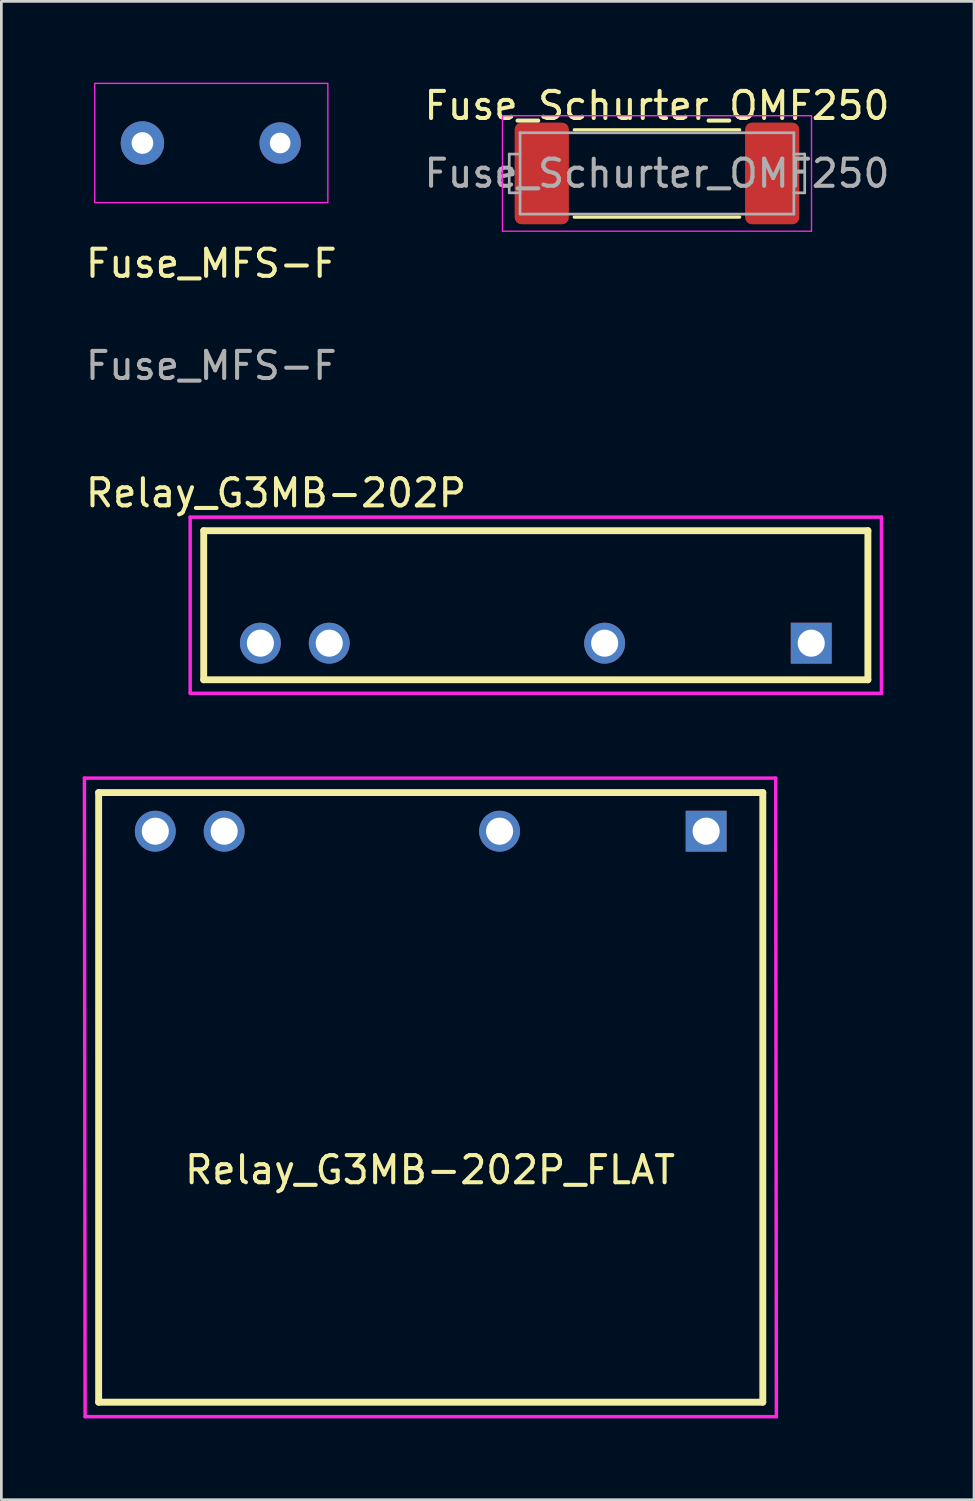
<source format=kicad_pcb>
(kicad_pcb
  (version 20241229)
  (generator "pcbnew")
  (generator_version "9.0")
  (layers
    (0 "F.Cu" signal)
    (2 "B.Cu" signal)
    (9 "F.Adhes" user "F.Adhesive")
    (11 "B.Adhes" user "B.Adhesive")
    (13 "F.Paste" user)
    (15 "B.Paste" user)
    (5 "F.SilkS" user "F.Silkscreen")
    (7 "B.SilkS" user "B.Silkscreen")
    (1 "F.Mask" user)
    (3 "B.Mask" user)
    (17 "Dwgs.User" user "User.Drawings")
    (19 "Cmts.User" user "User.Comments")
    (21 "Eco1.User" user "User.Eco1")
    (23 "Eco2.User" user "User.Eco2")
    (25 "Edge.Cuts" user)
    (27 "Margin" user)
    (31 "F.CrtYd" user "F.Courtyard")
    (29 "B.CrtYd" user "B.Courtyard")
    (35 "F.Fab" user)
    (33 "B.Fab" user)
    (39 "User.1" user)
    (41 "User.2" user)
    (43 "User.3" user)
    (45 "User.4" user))
  (footprint "Fuse_Schurter_OMF250"
    (layer "F.Cu")
    (at 21.185 3.348)
    (property "Reference" "Fuse_Schurter_OMF250" (at 0 -2.5 0) (layer "F.SilkS") (effects (font (size 1 1) (thickness 0.15))))
    (attr smd)
    (fp_line (start -3.05 -1.61) (end 3.05 -1.61) (stroke (width 0.12) (type solid)) (layer "F.SilkS"))
    (fp_line (start -3.05 1.61) (end 3.05 1.61) (stroke (width 0.12) (type solid)) (layer "F.SilkS"))
    (fp_line (start -5.7 -2.13) (end 5.7 -2.13) (stroke (width 0.05) (type solid)) (layer "F.CrtYd"))
    (fp_line (start -5.7 2.13) (end -5.7 -2.13) (stroke (width 0.05) (type solid)) (layer "F.CrtYd"))
    (fp_line (start 5.7 -2.13) (end 5.7 2.13) (stroke (width 0.05) (type solid)) (layer "F.CrtYd"))
    (fp_line (start 5.7 2.13) (end -5.7 2.13) (stroke (width 0.05) (type solid)) (layer "F.CrtYd"))
    (fp_line (start -5.45 0.715) (end -5.45 -0.715) (stroke (width 0.1) (type solid)) (layer "F.Fab"))
    (fp_line (start -5.05 -1.5) (end 5.05 -1.5) (stroke (width 0.1) (type solid)) (layer "F.Fab"))
    (fp_line (start -5.05 -0.715) (end -5.45 -0.715) (stroke (width 0.1) (type solid)) (layer "F.Fab"))
    (fp_line (start -5.05 0.715) (end -5.45 0.715) (stroke (width 0.1) (type solid)) (layer "F.Fab"))
    (fp_line (start -5.05 1.5) (end -5.05 -1.5) (stroke (width 0.1) (type solid)) (layer "F.Fab"))
    (fp_line (start 5.05 -1.5) (end 5.05 1.5) (stroke (width 0.1) (type solid)) (layer "F.Fab"))
    (fp_line (start 5.05 -0.715) (end 5.45 -0.715) (stroke (width 0.1) (type solid)) (layer "F.Fab"))
    (fp_line (start 5.05 0.715) (end 5.45 0.715) (stroke (width 0.1) (type solid)) (layer "F.Fab"))
    (fp_line (start 5.05 1.5) (end -5.05 1.5) (stroke (width 0.1) (type solid)) (layer "F.Fab"))
    (fp_line (start 5.45 -0.715) (end 5.45 0.715) (stroke (width 0.1) (type solid)) (layer "F.Fab"))
    (fp_text user "${REFERENCE}" (at 0 0 0) (layer "F.Fab") (effects (font (size 1 1) (thickness 0.15))))
    (pad "1" smd roundrect (at -4.25 0) (size 2 3.75) (layers "F.Cu" "F.Mask" "F.Paste") (roundrect_rratio 0.125))
    (pad "2" smd roundrect (at 4.25 0) (size 2 3.75) (layers "F.Cu" "F.Mask" "F.Paste") (roundrect_rratio 0.125)))
  (footprint "Relay_G3MB-202P_FLAT"
    (layer "F.Cu")
    (at 12.839 26.212)
    (property "Reference" "Relay_G3MB-202P_FLAT" (at -0.025 13.894 0) (layer "F.SilkS") (effects (font (size 1.001 1.001) (thickness 0.15))))
    (attr through_hole)
    (fp_line (start -12.25 -0.025) (end -12.25 22.463) (stroke (width 0.254) (type solid)) (layer "F.SilkS"))
    (fp_line (start -12.25 22.463) (end 12.25 22.463) (stroke (width 0.254) (type solid)) (layer "F.SilkS"))
    (fp_line (start 12.25 -0.025) (end -12.25 -0.025) (stroke (width 0.254) (type solid)) (layer "F.SilkS"))
    (fp_line (start 12.25 22.463) (end 12.25 -0.025) (stroke (width 0.254) (type solid)) (layer "F.SilkS"))
    (fp_line (start -12.775 -0.559) (end 12.725 -0.559) (stroke (width 0.127) (type solid)) (layer "F.CrtYd"))
    (fp_line (start -12.75 22.996) (end -12.775 -0.559) (stroke (width 0.127) (type solid)) (layer "F.CrtYd"))
    (fp_line (start 12.725 -0.559) (end 12.75 22.996) (stroke (width 0.127) (type solid)) (layer "F.CrtYd"))
    (fp_line (start 12.75 22.996) (end -12.75 22.996) (stroke (width 0.127) (type solid)) (layer "F.CrtYd"))
    (pad "1" thru_hole rect (at 10.16 1.4) (size 1.508 1.508) (drill 1) (layers "*.Cu" "*.Mask"))
    (pad "2" thru_hole circle (at 2.54 1.4) (size 1.508 1.508) (drill 1) (layers "*.Cu" "*.Mask"))
    (pad "3" thru_hole circle (at -7.62 1.4) (size 1.508 1.508) (drill 1) (layers "*.Cu" "*.Mask"))
    (pad "4" thru_hole circle (at -10.16 1.4) (size 1.508 1.508) (drill 1) (layers "*.Cu" "*.Mask")))
  (footprint "Relay_G3MB-202P"
    (layer "F.Cu")
    (at 16.715 19.276)
    (property "Reference" "Relay_G3MB-202P" (at -9.584 -4.139 0) (layer "F.SilkS") (effects (font (size 1.001 1.001) (thickness 0.15))))
    (attr through_hole)
    (fp_line (start -12.25 -2.75) (end -12.25 2.75) (stroke (width 0.254) (type solid)) (layer "F.SilkS"))
    (fp_line (start -12.25 2.75) (end 12.25 2.75) (stroke (width 0.254) (type solid)) (layer "F.SilkS"))
    (fp_line (start 12.25 -2.75) (end -12.25 -2.75) (stroke (width 0.254) (type solid)) (layer "F.SilkS"))
    (fp_line (start 12.25 2.75) (end 12.25 -2.75) (stroke (width 0.254) (type solid)) (layer "F.SilkS"))
    (fp_line (start -12.75 -3.25) (end 12.75 -3.25) (stroke (width 0.127) (type solid)) (layer "F.CrtYd"))
    (fp_line (start -12.75 3.25) (end -12.75 -3.25) (stroke (width 0.127) (type solid)) (layer "F.CrtYd"))
    (fp_line (start 12.75 -3.25) (end 12.75 3.25) (stroke (width 0.127) (type solid)) (layer "F.CrtYd"))
    (fp_line (start 12.75 3.25) (end -12.75 3.25) (stroke (width 0.127) (type solid)) (layer "F.CrtYd"))
    (pad "1" thru_hole rect (at 10.16 1.4) (size 1.508 1.508) (drill 1) (layers "*.Cu" "*.Mask"))
    (pad "2" thru_hole circle (at 2.54 1.4) (size 1.508 1.508) (drill 1) (layers "*.Cu" "*.Mask"))
    (pad "3" thru_hole circle (at -7.62 1.4) (size 1.508 1.508) (drill 1) (layers "*.Cu" "*.Mask"))
    (pad "4" thru_hole circle (at -10.16 1.4) (size 1.508 1.508) (drill 1) (layers "*.Cu" "*.Mask")))
  (footprint "Fuse_MFS-F"
    (layer "F.Cu")
    (at 4.744 2.225)
    (property "Reference" "Fuse_MFS-F" (at 0 4.445 0) (unlocked yes) (layer "F.SilkS") (effects (font (size 1 1) (thickness 0.15))))
    (attr through_hole)
    (fp_rect (start -4.3 -2.2) (end 4.3 2.2) (stroke (width 0.05) (type solid)) (fill no) (layer "F.CrtYd"))
    (fp_text user "${REFERENCE}" (at 0 8.215 0) (unlocked yes) (layer "F.Fab") (effects (font (size 1 1) (thickness 0.15))))
    (pad "1" thru_hole circle (at -2.54 0) (size 1.6 1.6) (drill 0.8) (layers "*.Cu" "*.Mask"))
    (pad "2" thru_hole circle (at 2.54 0) (size 1.524 1.524) (drill 0.762) (layers "*.Cu" "*.Mask")))
  (gr_rect
    (start -3 -3)
    (end 32.881 52.271)
    (stroke (width 0.1) (type default))
    (fill no)
    (layer "Edge.Cuts")))
</source>
